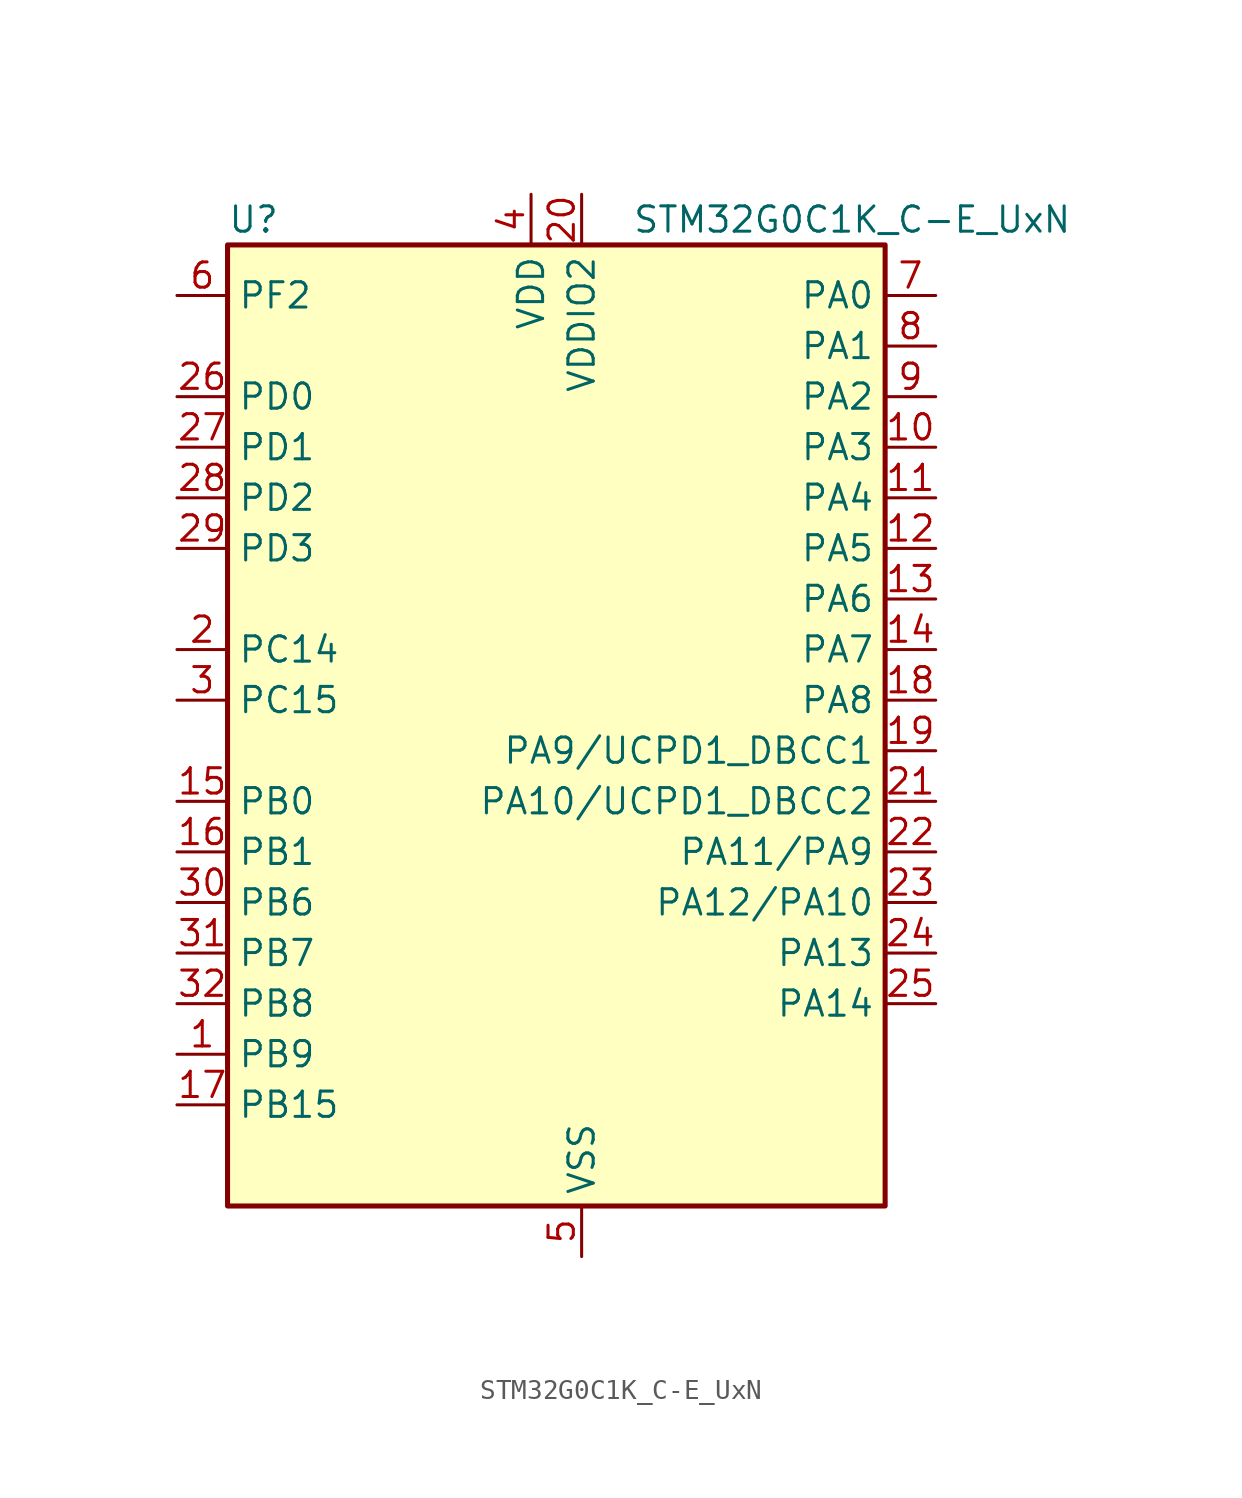
<source format=kicad_sym>
(kicad_symbol_lib
  (version 20231120)
  (generator "kicad_symbol_editor")
  (generator_version "8.0")
  (symbol "STM32G0C1K_C-E_UxN"
    (property "Reference" "U"
      (at -15.24 26.67 0)
      (effects (font (size 1.27 1.27)) (justify left)))
    (property "Value" "STM32G0C1K_C-E_UxN"
      (at 5.08 26.67 0)
      (effects (font (size 1.27 1.27)) (justify left)))
    (property "ki_locked" ""
      (at 0 0 0)
      (effects (font (size 1.27 1.27))))
    (symbol "STM32G0C1K_C-E_UxN_0_1"
      (rectangle (start -15.24 -22.86) (end 17.78 25.4) (stroke (width 0.254) (type default)) (fill (type background))))
    (symbol "STM32G0C1K_C-E_UxN_1_1"
      (pin bidirectional line (at -17.78 -15.24 0) (length 2.54) (name "PB9" (effects (font (size 1.27 1.27)))) (number "1" (effects (font (size 1.27 1.27)))) (alternate "DAC1_EXTI9" bidirectional line) (alternate "FDCAN1_TX" bidirectional line) (alternate "I2C1_SDA" bidirectional line) (alternate "I2S2_WS" bidirectional line) (alternate "IR_OUT" bidirectional line) (alternate "SPI2_NSS" bidirectional line) (alternate "TIM17_CH1" bidirectional line) (alternate "TIM4_CH4" bidirectional line) (alternate "UCPD2_FRSTX1" bidirectional line) (alternate "UCPD2_FRSTX2" bidirectional line) (alternate "USART3_RX" bidirectional line) (alternate "USART6_RX" bidirectional line))
      (pin bidirectional line (at 20.32 15.24 180) (length 2.54) (name "PA3" (effects (font (size 1.27 1.27)))) (number "10" (effects (font (size 1.27 1.27)))) (alternate "ADC1_IN3" bidirectional line) (alternate "COMP2_INP" bidirectional line) (alternate "I2S2_MCK" bidirectional line) (alternate "LPUART1_RX" bidirectional line) (alternate "SPI2_MISO" bidirectional line) (alternate "TIM15_CH2" bidirectional line) (alternate "TIM2_CH4" bidirectional line) (alternate "UCPD2_FRSTX1" bidirectional line) (alternate "UCPD2_FRSTX2" bidirectional line) (alternate "USART2_RX" bidirectional line))
      (pin bidirectional line (at 20.32 12.7 180) (length 2.54) (name "PA4" (effects (font (size 1.27 1.27)))) (number "11" (effects (font (size 1.27 1.27)))) (alternate "ADC1_IN4" bidirectional line) (alternate "DAC1_OUT1" bidirectional line) (alternate "I2S1_WS" bidirectional line) (alternate "I2S2_SD" bidirectional line) (alternate "LPTIM2_OUT" bidirectional line) (alternate "RTC_OUT1" bidirectional line) (alternate "RTC_TAMP_IN1" bidirectional line) (alternate "RTC_TS" bidirectional line) (alternate "SPI1_NSS" bidirectional line) (alternate "SPI2_MOSI" bidirectional line) (alternate "SYS_WKUP2" bidirectional line) (alternate "TIM14_CH1" bidirectional line) (alternate "UCPD2_FRSTX1" bidirectional line) (alternate "UCPD2_FRSTX2" bidirectional line) (alternate "USART6_TX" bidirectional line) (alternate "USB_NOE" bidirectional line))
      (pin bidirectional line (at 20.32 10.16 180) (length 2.54) (name "PA5" (effects (font (size 1.27 1.27)))) (number "12" (effects (font (size 1.27 1.27)))) (alternate "ADC1_IN5" bidirectional line) (alternate "CEC" bidirectional line) (alternate "DAC1_OUT2" bidirectional line) (alternate "I2S1_CK" bidirectional line) (alternate "LPTIM2_ETR" bidirectional line) (alternate "SPI1_SCK" bidirectional line) (alternate "TIM2_CH1" bidirectional line) (alternate "TIM2_ETR" bidirectional line) (alternate "UCPD1_FRSTX1" bidirectional line) (alternate "UCPD1_FRSTX2" bidirectional line) (alternate "USART3_TX" bidirectional line) (alternate "USART6_RX" bidirectional line))
      (pin bidirectional line (at 20.32 7.62 180) (length 2.54) (name "PA6" (effects (font (size 1.27 1.27)))) (number "13" (effects (font (size 1.27 1.27)))) (alternate "ADC1_IN6" bidirectional line) (alternate "COMP1_OUT" bidirectional line) (alternate "I2C2_SDA" bidirectional line) (alternate "I2C3_SDA" bidirectional line) (alternate "I2S1_MCK" bidirectional line) (alternate "LPUART1_CTS" bidirectional line) (alternate "SPI1_MISO" bidirectional line) (alternate "TIM16_CH1" bidirectional line) (alternate "TIM1_BK" bidirectional line) (alternate "TIM3_CH1" bidirectional line) (alternate "USART3_CTS" bidirectional line) (alternate "USART3_NSS" bidirectional line) (alternate "USART6_CTS" bidirectional line) (alternate "USART6_NSS" bidirectional line))
      (pin bidirectional line (at 20.32 5.08 180) (length 2.54) (name "PA7" (effects (font (size 1.27 1.27)))) (number "14" (effects (font (size 1.27 1.27)))) (alternate "ADC1_IN7" bidirectional line) (alternate "COMP2_OUT" bidirectional line) (alternate "I2C2_SCL" bidirectional line) (alternate "I2C3_SCL" bidirectional line) (alternate "I2S1_SD" bidirectional line) (alternate "SPI1_MOSI" bidirectional line) (alternate "TIM14_CH1" bidirectional line) (alternate "TIM17_CH1" bidirectional line) (alternate "TIM1_CH1N" bidirectional line) (alternate "TIM3_CH2" bidirectional line) (alternate "UCPD1_FRSTX1" bidirectional line) (alternate "UCPD1_FRSTX2" bidirectional line) (alternate "USART6_CK" bidirectional line) (alternate "USART6_DE" bidirectional line) (alternate "USART6_RTS" bidirectional line))
      (pin bidirectional line (at -17.78 -2.54 0) (length 2.54) (name "PB0" (effects (font (size 1.27 1.27)))) (number "15" (effects (font (size 1.27 1.27)))) (alternate "ADC1_IN8" bidirectional line) (alternate "COMP1_OUT" bidirectional line) (alternate "COMP3_INP" bidirectional line) (alternate "FDCAN2_RX" bidirectional line) (alternate "I2S1_WS" bidirectional line) (alternate "LPTIM1_OUT" bidirectional line) (alternate "LPUART2_CTS" bidirectional line) (alternate "SPI1_NSS" bidirectional line) (alternate "TIM1_CH2N" bidirectional line) (alternate "TIM3_CH3" bidirectional line) (alternate "UCPD1_FRSTX1" bidirectional line) (alternate "UCPD1_FRSTX2" bidirectional line) (alternate "USART3_RX" bidirectional line) (alternate "USART5_TX" bidirectional line))
      (pin bidirectional line (at -17.78 -5.08 0) (length 2.54) (name "PB1" (effects (font (size 1.27 1.27)))) (number "16" (effects (font (size 1.27 1.27)))) (alternate "ADC1_IN9" bidirectional line) (alternate "COMP1_INM" bidirectional line) (alternate "COMP3_OUT" bidirectional line) (alternate "FDCAN2_TX" bidirectional line) (alternate "LPTIM2_IN1" bidirectional line) (alternate "LPUART1_DE" bidirectional line) (alternate "LPUART1_RTS" bidirectional line) (alternate "LPUART2_DE" bidirectional line) (alternate "LPUART2_RTS" bidirectional line) (alternate "TIM14_CH1" bidirectional line) (alternate "TIM1_CH3N" bidirectional line) (alternate "TIM3_CH4" bidirectional line) (alternate "USART3_CK" bidirectional line) (alternate "USART3_DE" bidirectional line) (alternate "USART3_RTS" bidirectional line) (alternate "USART5_RX" bidirectional line))
      (pin bidirectional line (at -17.78 -17.78 0) (length 2.54) (name "PB15" (effects (font (size 1.27 1.27)))) (number "17" (effects (font (size 1.27 1.27)))) (alternate "I2S2_SD" bidirectional line) (alternate "RTC_REFIN" bidirectional line) (alternate "SPI2_MOSI" bidirectional line) (alternate "TIM15_CH1N" bidirectional line) (alternate "TIM15_CH2" bidirectional line) (alternate "TIM1_CH3N" bidirectional line) (alternate "UCPD1_CC2" bidirectional line) (alternate "USART6_CTS" bidirectional line) (alternate "USART6_NSS" bidirectional line))
      (pin bidirectional line (at 20.32 2.54 180) (length 2.54) (name "PA8" (effects (font (size 1.27 1.27)))) (number "18" (effects (font (size 1.27 1.27)))) (alternate "CRS1_SYNC" bidirectional line) (alternate "I2C2_SMBA" bidirectional line) (alternate "I2S2_WS" bidirectional line) (alternate "LPTIM2_OUT" bidirectional line) (alternate "RCC_MCO" bidirectional line) (alternate "SPI2_NSS" bidirectional line) (alternate "TIM1_CH1" bidirectional line) (alternate "UCPD1_CC1" bidirectional line))
      (pin bidirectional line (at 20.32 0 180) (length 2.54) (name "PA9/UCPD1_DBCC1" (effects (font (size 1.27 1.27)))) (number "19" (effects (font (size 1.27 1.27)))) (alternate "DAC1_EXTI9" bidirectional line) (alternate "I2C1_SCL" bidirectional line) (alternate "I2C2_SCL" bidirectional line) (alternate "I2S2_MCK" bidirectional line) (alternate "RCC_MCO" bidirectional line) (alternate "SPI2_MISO" bidirectional line) (alternate "TIM15_BK" bidirectional line) (alternate "TIM1_CH2" bidirectional line) (alternate "UCPD1_DBCC1" bidirectional line) (alternate "USART1_TX" bidirectional line))
      (pin bidirectional line (at -17.78 5.08 0) (length 2.54) (name "PC14" (effects (font (size 1.27 1.27)))) (number "2" (effects (font (size 1.27 1.27)))) (alternate "RCC_OSC32_IN" bidirectional line) (alternate "RCC_OSC_IN" bidirectional line) (alternate "TIM1_BK2" bidirectional line))
      (pin power_in line (at 2.54 27.94 270) (length 2.54) (name "VDDIO2" (effects (font (size 1.27 1.27)))) (number "20" (effects (font (size 1.27 1.27)))))
      (pin bidirectional line (at 20.32 -2.54 180) (length 2.54) (name "PA10/UCPD1_DBCC2" (effects (font (size 1.27 1.27)))) (number "21" (effects (font (size 1.27 1.27)))) (alternate "I2C1_SDA" bidirectional line) (alternate "I2C2_SDA" bidirectional line) (alternate "I2S2_SD" bidirectional line) (alternate "RCC_MCO_2" bidirectional line) (alternate "SPI2_MOSI" bidirectional line) (alternate "TIM17_BK" bidirectional line) (alternate "TIM1_CH3" bidirectional line) (alternate "UCPD1_DBCC2" bidirectional line) (alternate "USART1_RX" bidirectional line))
      (pin bidirectional line (at 20.32 -5.08 180) (length 2.54) (name "PA11/PA9" (effects (font (size 1.27 1.27)))) (number "22" (effects (font (size 1.27 1.27)))) (alternate "ADC1_EXTI11" bidirectional line) (alternate "COMP1_OUT" bidirectional line) (alternate "FDCAN1_RX" bidirectional line) (alternate "I2C2_SCL" bidirectional line) (alternate "I2S1_MCK" bidirectional line) (alternate "SPI1_MISO" bidirectional line) (alternate "TIM1_BK2" bidirectional line) (alternate "TIM1_CH4" bidirectional line) (alternate "USART1_CTS" bidirectional line) (alternate "USART1_NSS" bidirectional line) (alternate "USB_DM" bidirectional line))
      (pin bidirectional line (at 20.32 -7.62 180) (length 2.54) (name "PA12/PA10" (effects (font (size 1.27 1.27)))) (number "23" (effects (font (size 1.27 1.27)))) (alternate "COMP2_OUT" bidirectional line) (alternate "FDCAN1_TX" bidirectional line) (alternate "I2C2_SDA" bidirectional line) (alternate "I2S1_SD" bidirectional line) (alternate "I2S_CKIN" bidirectional line) (alternate "SPI1_MOSI" bidirectional line) (alternate "TIM1_ETR" bidirectional line) (alternate "USART1_CK" bidirectional line) (alternate "USART1_DE" bidirectional line) (alternate "USART1_RTS" bidirectional line) (alternate "USB_DP" bidirectional line))
      (pin bidirectional line (at 20.32 -10.16 180) (length 2.54) (name "PA13" (effects (font (size 1.27 1.27)))) (number "24" (effects (font (size 1.27 1.27)))) (alternate "IR_OUT" bidirectional line) (alternate "LPUART2_RX" bidirectional line) (alternate "SYS_SWDIO" bidirectional line) (alternate "USB_NOE" bidirectional line))
      (pin bidirectional line (at 20.32 -12.7 180) (length 2.54) (name "PA14" (effects (font (size 1.27 1.27)))) (number "25" (effects (font (size 1.27 1.27)))) (alternate "LPUART2_TX" bidirectional line) (alternate "SYS_SWCLK" bidirectional line) (alternate "USART2_TX" bidirectional line))
      (pin bidirectional line (at -17.78 17.78 0) (length 2.54) (name "PD0" (effects (font (size 1.27 1.27)))) (number "26" (effects (font (size 1.27 1.27)))) (alternate "FDCAN1_RX" bidirectional line) (alternate "I2S2_WS" bidirectional line) (alternate "SPI2_NSS" bidirectional line) (alternate "TIM16_CH1" bidirectional line) (alternate "UCPD2_CC1" bidirectional line))
      (pin bidirectional line (at -17.78 15.24 0) (length 2.54) (name "PD1" (effects (font (size 1.27 1.27)))) (number "27" (effects (font (size 1.27 1.27)))) (alternate "FDCAN1_TX" bidirectional line) (alternate "I2S2_CK" bidirectional line) (alternate "SPI2_SCK" bidirectional line) (alternate "TIM17_CH1" bidirectional line) (alternate "UCPD2_DBCC1" bidirectional line))
      (pin bidirectional line (at -17.78 12.7 0) (length 2.54) (name "PD2" (effects (font (size 1.27 1.27)))) (number "28" (effects (font (size 1.27 1.27)))) (alternate "TIM1_CH1N" bidirectional line) (alternate "TIM3_ETR" bidirectional line) (alternate "UCPD2_CC2" bidirectional line) (alternate "USART3_CK" bidirectional line) (alternate "USART3_DE" bidirectional line) (alternate "USART3_RTS" bidirectional line) (alternate "USART5_RX" bidirectional line))
      (pin bidirectional line (at -17.78 10.16 0) (length 2.54) (name "PD3" (effects (font (size 1.27 1.27)))) (number "29" (effects (font (size 1.27 1.27)))) (alternate "I2S2_MCK" bidirectional line) (alternate "SPI2_MISO" bidirectional line) (alternate "TIM1_CH2N" bidirectional line) (alternate "UCPD2_DBCC2" bidirectional line) (alternate "USART2_CTS" bidirectional line) (alternate "USART2_NSS" bidirectional line) (alternate "USART5_TX" bidirectional line))
      (pin bidirectional line (at -17.78 2.54 0) (length 2.54) (name "PC15" (effects (font (size 1.27 1.27)))) (number "3" (effects (font (size 1.27 1.27)))) (alternate "RCC_OSC32_EN" bidirectional line) (alternate "RCC_OSC32_OUT" bidirectional line) (alternate "RCC_OSC_EN" bidirectional line) (alternate "TIM15_BK" bidirectional line))
      (pin bidirectional line (at -17.78 -7.62 0) (length 2.54) (name "PB6" (effects (font (size 1.27 1.27)))) (number "30" (effects (font (size 1.27 1.27)))) (alternate "COMP2_INP" bidirectional line) (alternate "FDCAN2_TX" bidirectional line) (alternate "I2C1_SCL" bidirectional line) (alternate "I2S2_MCK" bidirectional line) (alternate "LPTIM1_ETR" bidirectional line) (alternate "LPUART2_TX" bidirectional line) (alternate "SPI2_MISO" bidirectional line) (alternate "TIM16_CH1N" bidirectional line) (alternate "TIM1_CH3" bidirectional line) (alternate "TIM4_CH1" bidirectional line) (alternate "USART1_TX" bidirectional line) (alternate "USART5_CTS" bidirectional line) (alternate "USART5_NSS" bidirectional line))
      (pin bidirectional line (at -17.78 -10.16 0) (length 2.54) (name "PB7" (effects (font (size 1.27 1.27)))) (number "31" (effects (font (size 1.27 1.27)))) (alternate "COMP2_INM" bidirectional line) (alternate "I2C1_SDA" bidirectional line) (alternate "I2S2_SD" bidirectional line) (alternate "LPTIM1_IN2" bidirectional line) (alternate "LPUART2_RX" bidirectional line) (alternate "SPI2_MOSI" bidirectional line) (alternate "SYS_PVD_IN" bidirectional line) (alternate "TIM17_CH1N" bidirectional line) (alternate "TIM4_CH2" bidirectional line) (alternate "USART1_RX" bidirectional line) (alternate "USART4_CTS" bidirectional line) (alternate "USART4_NSS" bidirectional line))
      (pin bidirectional line (at -17.78 -12.7 0) (length 2.54) (name "PB8" (effects (font (size 1.27 1.27)))) (number "32" (effects (font (size 1.27 1.27)))) (alternate "CEC" bidirectional line) (alternate "FDCAN1_RX" bidirectional line) (alternate "I2C1_SCL" bidirectional line) (alternate "I2S2_CK" bidirectional line) (alternate "SPI2_SCK" bidirectional line) (alternate "TIM15_BK" bidirectional line) (alternate "TIM16_CH1" bidirectional line) (alternate "TIM4_CH3" bidirectional line) (alternate "USART3_TX" bidirectional line) (alternate "USART6_TX" bidirectional line))
      (pin passive line (at 2.54 -25.4 90) (length 2.54) hide (name "VSS" (effects (font (size 1.27 1.27)))) (number "33" (effects (font (size 1.27 1.27)))))
      (pin power_in line (at 0 27.94 270) (length 2.54) (name "VDD" (effects (font (size 1.27 1.27)))) (number "4" (effects (font (size 1.27 1.27)))))
      (pin power_in line (at 2.54 -25.4 90) (length 2.54) (name "VSS" (effects (font (size 1.27 1.27)))) (number "5" (effects (font (size 1.27 1.27)))))
      (pin bidirectional line (at -17.78 22.86 0) (length 2.54) (name "PF2" (effects (font (size 1.27 1.27)))) (number "6" (effects (font (size 1.27 1.27)))) (alternate "LPUART2_DE" bidirectional line) (alternate "LPUART2_RTS" bidirectional line) (alternate "LPUART2_TX" bidirectional line) (alternate "RCC_MCO" bidirectional line))
      (pin bidirectional line (at 20.32 22.86 180) (length 2.54) (name "PA0" (effects (font (size 1.27 1.27)))) (number "7" (effects (font (size 1.27 1.27)))) (alternate "ADC1_IN0" bidirectional line) (alternate "COMP1_INM" bidirectional line) (alternate "COMP1_OUT" bidirectional line) (alternate "I2S2_CK" bidirectional line) (alternate "LPTIM1_OUT" bidirectional line) (alternate "RTC_TAMP_IN2" bidirectional line) (alternate "SPI2_SCK" bidirectional line) (alternate "SYS_WKUP1" bidirectional line) (alternate "TIM2_CH1" bidirectional line) (alternate "TIM2_ETR" bidirectional line) (alternate "UCPD2_FRSTX1" bidirectional line) (alternate "UCPD2_FRSTX2" bidirectional line) (alternate "USART2_CTS" bidirectional line) (alternate "USART2_NSS" bidirectional line) (alternate "USART4_TX" bidirectional line))
      (pin bidirectional line (at 20.32 20.32 180) (length 2.54) (name "PA1" (effects (font (size 1.27 1.27)))) (number "8" (effects (font (size 1.27 1.27)))) (alternate "ADC1_IN1" bidirectional line) (alternate "COMP1_INP" bidirectional line) (alternate "I2C1_SMBA" bidirectional line) (alternate "I2S1_CK" bidirectional line) (alternate "SPI1_SCK" bidirectional line) (alternate "TIM15_CH1N" bidirectional line) (alternate "TIM2_CH2" bidirectional line) (alternate "USART2_CK" bidirectional line) (alternate "USART2_DE" bidirectional line) (alternate "USART2_RTS" bidirectional line) (alternate "USART4_RX" bidirectional line))
      (pin bidirectional line (at 20.32 17.78 180) (length 2.54) (name "PA2" (effects (font (size 1.27 1.27)))) (number "9" (effects (font (size 1.27 1.27)))) (alternate "ADC1_IN2" bidirectional line) (alternate "COMP2_INM" bidirectional line) (alternate "COMP2_OUT" bidirectional line) (alternate "I2S1_SD" bidirectional line) (alternate "LPUART1_TX" bidirectional line) (alternate "RCC_LSCO" bidirectional line) (alternate "SPI1_MOSI" bidirectional line) (alternate "SYS_WKUP4" bidirectional line) (alternate "TIM15_CH1" bidirectional line) (alternate "TIM2_CH3" bidirectional line) (alternate "UCPD1_FRSTX1" bidirectional line) (alternate "UCPD1_FRSTX2" bidirectional line) (alternate "USART2_TX" bidirectional line)))))
</source>
